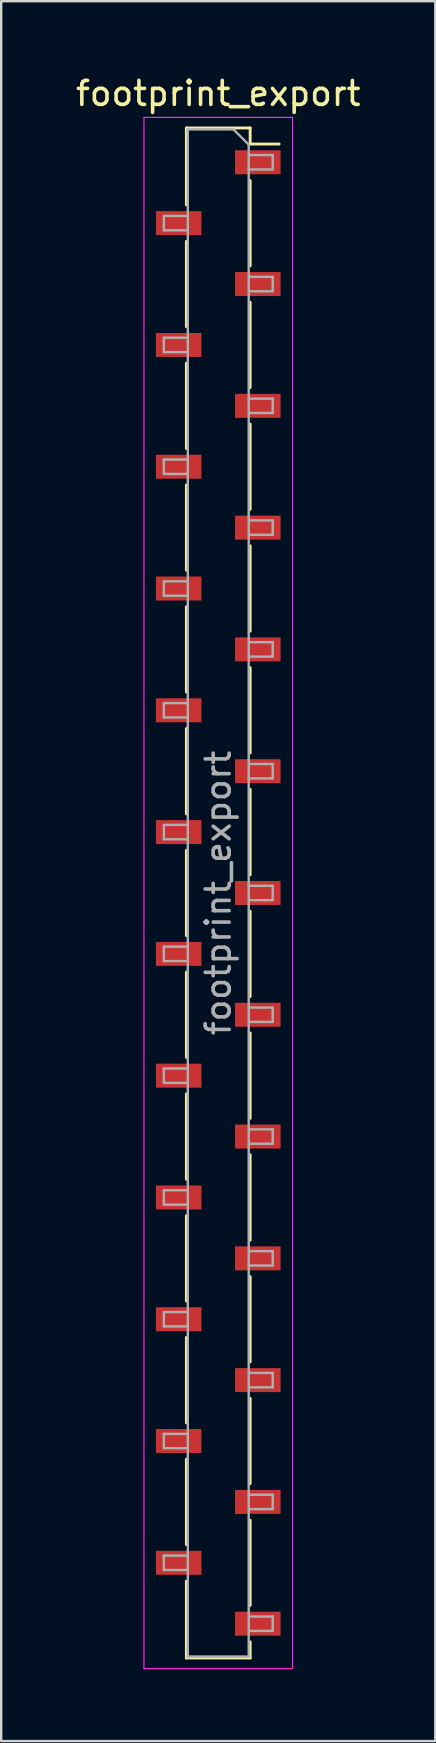
<source format=kicad_pcb>
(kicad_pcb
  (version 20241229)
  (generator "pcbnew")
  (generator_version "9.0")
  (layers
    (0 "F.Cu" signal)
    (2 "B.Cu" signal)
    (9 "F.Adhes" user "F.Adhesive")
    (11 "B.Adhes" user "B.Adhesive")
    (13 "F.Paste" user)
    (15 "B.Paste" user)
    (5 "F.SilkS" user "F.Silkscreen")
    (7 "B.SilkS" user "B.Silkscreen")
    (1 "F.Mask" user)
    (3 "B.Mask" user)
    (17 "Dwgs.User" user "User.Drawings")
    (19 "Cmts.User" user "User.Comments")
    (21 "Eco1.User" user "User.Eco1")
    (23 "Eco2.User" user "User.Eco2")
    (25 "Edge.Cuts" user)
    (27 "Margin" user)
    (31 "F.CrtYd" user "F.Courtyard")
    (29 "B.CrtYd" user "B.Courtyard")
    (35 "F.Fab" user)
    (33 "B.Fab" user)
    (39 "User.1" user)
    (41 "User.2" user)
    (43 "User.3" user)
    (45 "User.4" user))
  (footprint "footprint_export"
    (layer "F.Cu")
    (at 6.054 34.198)
    (property "Reference" "footprint_export" (at 0 -33.35 0) (layer "F.SilkS") (effects (font (size 1 1) (thickness 0.15))))
    (attr smd)
    (fp_line (start -1.33 -31.91) (end -1.33 -28.7) (stroke (width 0.12) (type solid)) (layer "F.SilkS"))
    (fp_line (start -1.33 -31.91) (end 1.33 -31.91) (stroke (width 0.12) (type solid)) (layer "F.SilkS"))
    (fp_line (start -1.33 -27.18) (end -1.33 -23.62) (stroke (width 0.12) (type solid)) (layer "F.SilkS"))
    (fp_line (start -1.33 -22.1) (end -1.33 -18.54) (stroke (width 0.12) (type solid)) (layer "F.SilkS"))
    (fp_line (start -1.33 -17.02) (end -1.33 -13.46) (stroke (width 0.12) (type solid)) (layer "F.SilkS"))
    (fp_line (start -1.33 -11.94) (end -1.33 -8.38) (stroke (width 0.12) (type solid)) (layer "F.SilkS"))
    (fp_line (start -1.33 -6.86) (end -1.33 -3.3) (stroke (width 0.12) (type solid)) (layer "F.SilkS"))
    (fp_line (start -1.33 -1.78) (end -1.33 1.78) (stroke (width 0.12) (type solid)) (layer "F.SilkS"))
    (fp_line (start -1.33 3.3) (end -1.33 6.86) (stroke (width 0.12) (type solid)) (layer "F.SilkS"))
    (fp_line (start -1.33 8.38) (end -1.33 11.94) (stroke (width 0.12) (type solid)) (layer "F.SilkS"))
    (fp_line (start -1.33 13.46) (end -1.33 17.02) (stroke (width 0.12) (type solid)) (layer "F.SilkS"))
    (fp_line (start -1.33 18.54) (end -1.33 22.1) (stroke (width 0.12) (type solid)) (layer "F.SilkS"))
    (fp_line (start -1.33 23.62) (end -1.33 27.18) (stroke (width 0.12) (type solid)) (layer "F.SilkS"))
    (fp_line (start -1.33 28.7) (end -1.33 31.91) (stroke (width 0.12) (type solid)) (layer "F.SilkS"))
    (fp_line (start -1.33 31.91) (end 1.33 31.91) (stroke (width 0.12) (type solid)) (layer "F.SilkS"))
    (fp_line (start 1.33 -31.91) (end 1.33 -31.24) (stroke (width 0.12) (type solid)) (layer "F.SilkS"))
    (fp_line (start 1.33 -31.24) (end 2.54 -31.24) (stroke (width 0.12) (type solid)) (layer "F.SilkS"))
    (fp_line (start 1.33 -29.72) (end 1.33 -26.16) (stroke (width 0.12) (type solid)) (layer "F.SilkS"))
    (fp_line (start 1.33 -24.64) (end 1.33 -21.08) (stroke (width 0.12) (type solid)) (layer "F.SilkS"))
    (fp_line (start 1.33 -19.56) (end 1.33 -16) (stroke (width 0.12) (type solid)) (layer "F.SilkS"))
    (fp_line (start 1.33 -14.48) (end 1.33 -10.92) (stroke (width 0.12) (type solid)) (layer "F.SilkS"))
    (fp_line (start 1.33 -9.4) (end 1.33 -5.84) (stroke (width 0.12) (type solid)) (layer "F.SilkS"))
    (fp_line (start 1.33 -4.32) (end 1.33 -0.76) (stroke (width 0.12) (type solid)) (layer "F.SilkS"))
    (fp_line (start 1.33 0.76) (end 1.33 4.32) (stroke (width 0.12) (type solid)) (layer "F.SilkS"))
    (fp_line (start 1.33 5.84) (end 1.33 9.4) (stroke (width 0.12) (type solid)) (layer "F.SilkS"))
    (fp_line (start 1.33 10.92) (end 1.33 14.48) (stroke (width 0.12) (type solid)) (layer "F.SilkS"))
    (fp_line (start 1.33 16) (end 1.33 19.56) (stroke (width 0.12) (type solid)) (layer "F.SilkS"))
    (fp_line (start 1.33 21.08) (end 1.33 24.64) (stroke (width 0.12) (type solid)) (layer "F.SilkS"))
    (fp_line (start 1.33 26.16) (end 1.33 29.72) (stroke (width 0.12) (type solid)) (layer "F.SilkS"))
    (fp_line (start 1.33 31.24) (end 1.33 31.91) (stroke (width 0.12) (type solid)) (layer "F.SilkS"))
    (fp_line (start -3.1 -32.35) (end 3.1 -32.35) (stroke (width 0.05) (type solid)) (layer "F.CrtYd"))
    (fp_line (start -3.1 32.35) (end -3.1 -32.35) (stroke (width 0.05) (type solid)) (layer "F.CrtYd"))
    (fp_line (start 3.1 -32.35) (end 3.1 32.35) (stroke (width 0.05) (type solid)) (layer "F.CrtYd"))
    (fp_line (start 3.1 32.35) (end -3.1 32.35) (stroke (width 0.05) (type solid)) (layer "F.CrtYd"))
    (fp_line (start -2.27 -28.24) (end -1.27 -28.24) (stroke (width 0.1) (type solid)) (layer "F.Fab"))
    (fp_line (start -2.27 -27.64) (end -2.27 -28.24) (stroke (width 0.1) (type solid)) (layer "F.Fab"))
    (fp_line (start -2.27 -23.16) (end -1.27 -23.16) (stroke (width 0.1) (type solid)) (layer "F.Fab"))
    (fp_line (start -2.27 -22.56) (end -2.27 -23.16) (stroke (width 0.1) (type solid)) (layer "F.Fab"))
    (fp_line (start -2.27 -18.08) (end -1.27 -18.08) (stroke (width 0.1) (type solid)) (layer "F.Fab"))
    (fp_line (start -2.27 -17.48) (end -2.27 -18.08) (stroke (width 0.1) (type solid)) (layer "F.Fab"))
    (fp_line (start -2.27 -13) (end -1.27 -13) (stroke (width 0.1) (type solid)) (layer "F.Fab"))
    (fp_line (start -2.27 -12.4) (end -2.27 -13) (stroke (width 0.1) (type solid)) (layer "F.Fab"))
    (fp_line (start -2.27 -7.92) (end -1.27 -7.92) (stroke (width 0.1) (type solid)) (layer "F.Fab"))
    (fp_line (start -2.27 -7.32) (end -2.27 -7.92) (stroke (width 0.1) (type solid)) (layer "F.Fab"))
    (fp_line (start -2.27 -2.84) (end -1.27 -2.84) (stroke (width 0.1) (type solid)) (layer "F.Fab"))
    (fp_line (start -2.27 -2.24) (end -2.27 -2.84) (stroke (width 0.1) (type solid)) (layer "F.Fab"))
    (fp_line (start -2.27 2.24) (end -1.27 2.24) (stroke (width 0.1) (type solid)) (layer "F.Fab"))
    (fp_line (start -2.27 2.84) (end -2.27 2.24) (stroke (width 0.1) (type solid)) (layer "F.Fab"))
    (fp_line (start -2.27 7.32) (end -1.27 7.32) (stroke (width 0.1) (type solid)) (layer "F.Fab"))
    (fp_line (start -2.27 7.92) (end -2.27 7.32) (stroke (width 0.1) (type solid)) (layer "F.Fab"))
    (fp_line (start -2.27 12.4) (end -1.27 12.4) (stroke (width 0.1) (type solid)) (layer "F.Fab"))
    (fp_line (start -2.27 13) (end -2.27 12.4) (stroke (width 0.1) (type solid)) (layer "F.Fab"))
    (fp_line (start -2.27 17.48) (end -1.27 17.48) (stroke (width 0.1) (type solid)) (layer "F.Fab"))
    (fp_line (start -2.27 18.08) (end -2.27 17.48) (stroke (width 0.1) (type solid)) (layer "F.Fab"))
    (fp_line (start -2.27 22.56) (end -1.27 22.56) (stroke (width 0.1) (type solid)) (layer "F.Fab"))
    (fp_line (start -2.27 23.16) (end -2.27 22.56) (stroke (width 0.1) (type solid)) (layer "F.Fab"))
    (fp_line (start -2.27 27.64) (end -1.27 27.64) (stroke (width 0.1) (type solid)) (layer "F.Fab"))
    (fp_line (start -2.27 28.24) (end -2.27 27.64) (stroke (width 0.1) (type solid)) (layer "F.Fab"))
    (fp_line (start -1.27 -31.85) (end 0.635 -31.85) (stroke (width 0.1) (type solid)) (layer "F.Fab"))
    (fp_line (start -1.27 -27.64) (end -2.27 -27.64) (stroke (width 0.1) (type solid)) (layer "F.Fab"))
    (fp_line (start -1.27 -22.56) (end -2.27 -22.56) (stroke (width 0.1) (type solid)) (layer "F.Fab"))
    (fp_line (start -1.27 -17.48) (end -2.27 -17.48) (stroke (width 0.1) (type solid)) (layer "F.Fab"))
    (fp_line (start -1.27 -12.4) (end -2.27 -12.4) (stroke (width 0.1) (type solid)) (layer "F.Fab"))
    (fp_line (start -1.27 -7.32) (end -2.27 -7.32) (stroke (width 0.1) (type solid)) (layer "F.Fab"))
    (fp_line (start -1.27 -2.24) (end -2.27 -2.24) (stroke (width 0.1) (type solid)) (layer "F.Fab"))
    (fp_line (start -1.27 2.84) (end -2.27 2.84) (stroke (width 0.1) (type solid)) (layer "F.Fab"))
    (fp_line (start -1.27 7.92) (end -2.27 7.92) (stroke (width 0.1) (type solid)) (layer "F.Fab"))
    (fp_line (start -1.27 13) (end -2.27 13) (stroke (width 0.1) (type solid)) (layer "F.Fab"))
    (fp_line (start -1.27 18.08) (end -2.27 18.08) (stroke (width 0.1) (type solid)) (layer "F.Fab"))
    (fp_line (start -1.27 23.16) (end -2.27 23.16) (stroke (width 0.1) (type solid)) (layer "F.Fab"))
    (fp_line (start -1.27 28.24) (end -2.27 28.24) (stroke (width 0.1) (type solid)) (layer "F.Fab"))
    (fp_line (start -1.27 31.85) (end -1.27 -31.85) (stroke (width 0.1) (type solid)) (layer "F.Fab"))
    (fp_line (start 0.635 -31.85) (end 1.27 -31.215) (stroke (width 0.1) (type solid)) (layer "F.Fab"))
    (fp_line (start 1.27 -31.215) (end 1.27 31.85) (stroke (width 0.1) (type solid)) (layer "F.Fab"))
    (fp_line (start 1.27 -30.78) (end 2.27 -30.78) (stroke (width 0.1) (type solid)) (layer "F.Fab"))
    (fp_line (start 1.27 -25.7) (end 2.27 -25.7) (stroke (width 0.1) (type solid)) (layer "F.Fab"))
    (fp_line (start 1.27 -20.62) (end 2.27 -20.62) (stroke (width 0.1) (type solid)) (layer "F.Fab"))
    (fp_line (start 1.27 -15.54) (end 2.27 -15.54) (stroke (width 0.1) (type solid)) (layer "F.Fab"))
    (fp_line (start 1.27 -10.46) (end 2.27 -10.46) (stroke (width 0.1) (type solid)) (layer "F.Fab"))
    (fp_line (start 1.27 -5.38) (end 2.27 -5.38) (stroke (width 0.1) (type solid)) (layer "F.Fab"))
    (fp_line (start 1.27 -0.3) (end 2.27 -0.3) (stroke (width 0.1) (type solid)) (layer "F.Fab"))
    (fp_line (start 1.27 4.78) (end 2.27 4.78) (stroke (width 0.1) (type solid)) (layer "F.Fab"))
    (fp_line (start 1.27 9.86) (end 2.27 9.86) (stroke (width 0.1) (type solid)) (layer "F.Fab"))
    (fp_line (start 1.27 14.94) (end 2.27 14.94) (stroke (width 0.1) (type solid)) (layer "F.Fab"))
    (fp_line (start 1.27 20.02) (end 2.27 20.02) (stroke (width 0.1) (type solid)) (layer "F.Fab"))
    (fp_line (start 1.27 25.1) (end 2.27 25.1) (stroke (width 0.1) (type solid)) (layer "F.Fab"))
    (fp_line (start 1.27 30.18) (end 2.27 30.18) (stroke (width 0.1) (type solid)) (layer "F.Fab"))
    (fp_line (start 1.27 31.85) (end -1.27 31.85) (stroke (width 0.1) (type solid)) (layer "F.Fab"))
    (fp_line (start 2.27 -30.78) (end 2.27 -30.18) (stroke (width 0.1) (type solid)) (layer "F.Fab"))
    (fp_line (start 2.27 -30.18) (end 1.27 -30.18) (stroke (width 0.1) (type solid)) (layer "F.Fab"))
    (fp_line (start 2.27 -25.7) (end 2.27 -25.1) (stroke (width 0.1) (type solid)) (layer "F.Fab"))
    (fp_line (start 2.27 -25.1) (end 1.27 -25.1) (stroke (width 0.1) (type solid)) (layer "F.Fab"))
    (fp_line (start 2.27 -20.62) (end 2.27 -20.02) (stroke (width 0.1) (type solid)) (layer "F.Fab"))
    (fp_line (start 2.27 -20.02) (end 1.27 -20.02) (stroke (width 0.1) (type solid)) (layer "F.Fab"))
    (fp_line (start 2.27 -15.54) (end 2.27 -14.94) (stroke (width 0.1) (type solid)) (layer "F.Fab"))
    (fp_line (start 2.27 -14.94) (end 1.27 -14.94) (stroke (width 0.1) (type solid)) (layer "F.Fab"))
    (fp_line (start 2.27 -10.46) (end 2.27 -9.86) (stroke (width 0.1) (type solid)) (layer "F.Fab"))
    (fp_line (start 2.27 -9.86) (end 1.27 -9.86) (stroke (width 0.1) (type solid)) (layer "F.Fab"))
    (fp_line (start 2.27 -5.38) (end 2.27 -4.78) (stroke (width 0.1) (type solid)) (layer "F.Fab"))
    (fp_line (start 2.27 -4.78) (end 1.27 -4.78) (stroke (width 0.1) (type solid)) (layer "F.Fab"))
    (fp_line (start 2.27 -0.3) (end 2.27 0.3) (stroke (width 0.1) (type solid)) (layer "F.Fab"))
    (fp_line (start 2.27 0.3) (end 1.27 0.3) (stroke (width 0.1) (type solid)) (layer "F.Fab"))
    (fp_line (start 2.27 4.78) (end 2.27 5.38) (stroke (width 0.1) (type solid)) (layer "F.Fab"))
    (fp_line (start 2.27 5.38) (end 1.27 5.38) (stroke (width 0.1) (type solid)) (layer "F.Fab"))
    (fp_line (start 2.27 9.86) (end 2.27 10.46) (stroke (width 0.1) (type solid)) (layer "F.Fab"))
    (fp_line (start 2.27 10.46) (end 1.27 10.46) (stroke (width 0.1) (type solid)) (layer "F.Fab"))
    (fp_line (start 2.27 14.94) (end 2.27 15.54) (stroke (width 0.1) (type solid)) (layer "F.Fab"))
    (fp_line (start 2.27 15.54) (end 1.27 15.54) (stroke (width 0.1) (type solid)) (layer "F.Fab"))
    (fp_line (start 2.27 20.02) (end 2.27 20.62) (stroke (width 0.1) (type solid)) (layer "F.Fab"))
    (fp_line (start 2.27 20.62) (end 1.27 20.62) (stroke (width 0.1) (type solid)) (layer "F.Fab"))
    (fp_line (start 2.27 25.1) (end 2.27 25.7) (stroke (width 0.1) (type solid)) (layer "F.Fab"))
    (fp_line (start 2.27 25.7) (end 1.27 25.7) (stroke (width 0.1) (type solid)) (layer "F.Fab"))
    (fp_line (start 2.27 30.18) (end 2.27 30.78) (stroke (width 0.1) (type solid)) (layer "F.Fab"))
    (fp_line (start 2.27 30.78) (end 1.27 30.78) (stroke (width 0.1) (type solid)) (layer "F.Fab"))
    (fp_text user "${REFERENCE}" (at 0 0 90) (layer "F.Fab") (effects (font (size 1 1) (thickness 0.15))))
    (pad "1" smd rect (at 1.65 -30.48) (size 1.9 1) (layers "F.Cu" "F.Mask" "F.Paste"))
    (pad "2" smd rect (at -1.65 -27.94) (size 1.9 1) (layers "F.Cu" "F.Mask" "F.Paste"))
    (pad "3" smd rect (at 1.65 -25.4) (size 1.9 1) (layers "F.Cu" "F.Mask" "F.Paste"))
    (pad "4" smd rect (at -1.65 -22.86) (size 1.9 1) (layers "F.Cu" "F.Mask" "F.Paste"))
    (pad "5" smd rect (at 1.65 -20.32) (size 1.9 1) (layers "F.Cu" "F.Mask" "F.Paste"))
    (pad "6" smd rect (at -1.65 -17.78) (size 1.9 1) (layers "F.Cu" "F.Mask" "F.Paste"))
    (pad "7" smd rect (at 1.65 -15.24) (size 1.9 1) (layers "F.Cu" "F.Mask" "F.Paste"))
    (pad "8" smd rect (at -1.65 -12.7) (size 1.9 1) (layers "F.Cu" "F.Mask" "F.Paste"))
    (pad "9" smd rect (at 1.65 -10.16) (size 1.9 1) (layers "F.Cu" "F.Mask" "F.Paste"))
    (pad "10" smd rect (at -1.65 -7.62) (size 1.9 1) (layers "F.Cu" "F.Mask" "F.Paste"))
    (pad "11" smd rect (at 1.65 -5.08) (size 1.9 1) (layers "F.Cu" "F.Mask" "F.Paste"))
    (pad "12" smd rect (at -1.65 -2.54) (size 1.9 1) (layers "F.Cu" "F.Mask" "F.Paste"))
    (pad "13" smd rect (at 1.65 0) (size 1.9 1) (layers "F.Cu" "F.Mask" "F.Paste"))
    (pad "14" smd rect (at -1.65 2.54) (size 1.9 1) (layers "F.Cu" "F.Mask" "F.Paste"))
    (pad "15" smd rect (at 1.65 5.08) (size 1.9 1) (layers "F.Cu" "F.Mask" "F.Paste"))
    (pad "16" smd rect (at -1.65 7.62) (size 1.9 1) (layers "F.Cu" "F.Mask" "F.Paste"))
    (pad "17" smd rect (at 1.65 10.16) (size 1.9 1) (layers "F.Cu" "F.Mask" "F.Paste"))
    (pad "18" smd rect (at -1.65 12.7) (size 1.9 1) (layers "F.Cu" "F.Mask" "F.Paste"))
    (pad "19" smd rect (at 1.65 15.24) (size 1.9 1) (layers "F.Cu" "F.Mask" "F.Paste"))
    (pad "20" smd rect (at -1.65 17.78) (size 1.9 1) (layers "F.Cu" "F.Mask" "F.Paste"))
    (pad "21" smd rect (at 1.65 20.32) (size 1.9 1) (layers "F.Cu" "F.Mask" "F.Paste"))
    (pad "22" smd rect (at -1.65 22.86) (size 1.9 1) (layers "F.Cu" "F.Mask" "F.Paste"))
    (pad "23" smd rect (at 1.65 25.4) (size 1.9 1) (layers "F.Cu" "F.Mask" "F.Paste"))
    (pad "24" smd rect (at -1.65 27.94) (size 1.9 1) (layers "F.Cu" "F.Mask" "F.Paste"))
    (pad "25" smd rect (at 1.65 30.48) (size 1.9 1) (layers "F.Cu" "F.Mask" "F.Paste")))
  (gr_rect
    (start -3 -3)
    (end 15.107 69.573)
    (stroke (width 0.1) (type default))
    (fill no)
    (layer "Edge.Cuts")))
</source>
